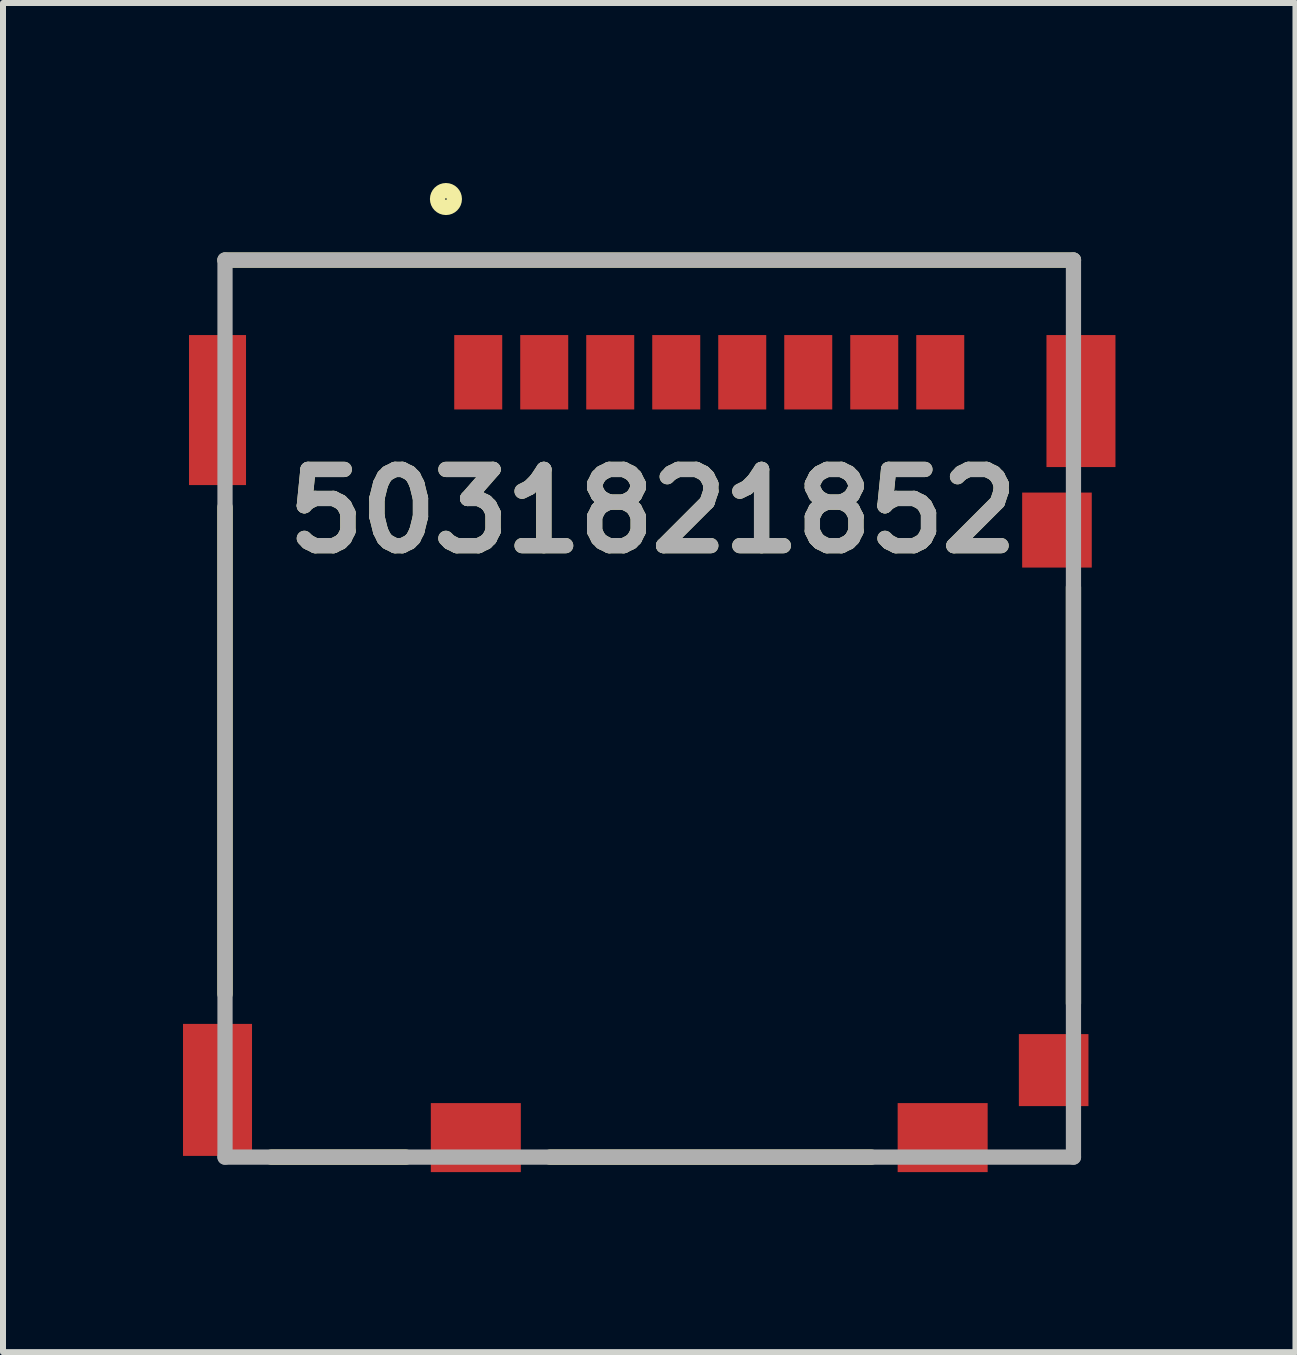
<source format=kicad_pcb>
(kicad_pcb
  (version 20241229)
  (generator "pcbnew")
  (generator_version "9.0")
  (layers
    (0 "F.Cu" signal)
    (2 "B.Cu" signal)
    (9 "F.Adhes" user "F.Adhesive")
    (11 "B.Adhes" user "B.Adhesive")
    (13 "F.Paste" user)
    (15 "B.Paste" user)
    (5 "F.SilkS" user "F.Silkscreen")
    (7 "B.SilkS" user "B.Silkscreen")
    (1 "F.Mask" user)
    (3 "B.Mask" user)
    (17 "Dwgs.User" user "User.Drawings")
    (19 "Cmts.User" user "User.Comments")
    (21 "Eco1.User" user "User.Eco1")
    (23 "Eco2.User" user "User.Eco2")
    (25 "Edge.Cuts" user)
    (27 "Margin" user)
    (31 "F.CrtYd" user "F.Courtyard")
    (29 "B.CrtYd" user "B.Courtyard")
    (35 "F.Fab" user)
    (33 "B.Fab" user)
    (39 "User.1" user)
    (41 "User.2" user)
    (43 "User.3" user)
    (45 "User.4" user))
  (footprint "5031821852"
    (layer "F.Cu")
    (at 7.77 3.784)
    (property "Reference" "5031821852" (at 0.058 1.685 0) (layer "F.SilkS") (effects (font (size 1.27 1.27) (thickness 0.254))))
    (attr smd)
    (fp_line (start -7.07 -2.5) (end 7.07 -2.5) (stroke (width 0.254) (type solid)) (layer "F.SilkS"))
    (fp_line (start -7.07 1.618) (end -7.07 9.733) (stroke (width 0.254) (type solid)) (layer "F.SilkS"))
    (fp_line (start -6.3 12.45) (end -4.055 12.45) (stroke (width 0.254) (type solid)) (layer "F.SilkS"))
    (fp_line (start -1.654 12.45) (end 3.704 12.45) (stroke (width 0.254) (type solid)) (layer "F.SilkS"))
    (fp_line (start 7.07 2.952) (end 7.07 9.889) (stroke (width 0.254) (type solid)) (layer "F.SilkS"))
    (fp_circle (center -3.388 -3.517) (end -3.388 -3.377) (stroke (width 0.254) (type solid)) (fill no) (layer "F.SilkS"))
    (fp_line (start -7.07 -2.5) (end 7.07 -2.5) (stroke (width 0.254) (type solid)) (layer "F.Fab"))
    (fp_line (start -7.07 12.45) (end -7.07 -2.5) (stroke (width 0.254) (type solid)) (layer "F.Fab"))
    (fp_line (start 7.07 -2.5) (end 7.07 12.45) (stroke (width 0.254) (type solid)) (layer "F.Fab"))
    (fp_line (start 7.07 12.45) (end -7.07 12.45) (stroke (width 0.254) (type solid)) (layer "F.Fab"))
    (fp_text user "${REFERENCE}" (at 0.058 1.685 0) (layer "F.Fab") (effects (font (size 1.27 1.27) (thickness 0.254))))
    (pad "1" smd rect (at -2.85 -0.63) (size 0.8 1.24) (layers "F.Cu" "F.Mask" "F.Paste"))
    (pad "2" smd rect (at -1.75 -0.63) (size 0.8 1.24) (layers "F.Cu" "F.Mask" "F.Paste"))
    (pad "3" smd rect (at -0.65 -0.63) (size 0.8 1.24) (layers "F.Cu" "F.Mask" "F.Paste"))
    (pad "4" smd rect (at 0.45 -0.63) (size 0.8 1.24) (layers "F.Cu" "F.Mask" "F.Paste"))
    (pad "5" smd rect (at 1.55 -0.63) (size 0.8 1.24) (layers "F.Cu" "F.Mask" "F.Paste"))
    (pad "6" smd rect (at 2.65 -0.63) (size 0.8 1.24) (layers "F.Cu" "F.Mask" "F.Paste"))
    (pad "7" smd rect (at 3.75 -0.63) (size 0.8 1.24) (layers "F.Cu" "F.Mask" "F.Paste"))
    (pad "8" smd rect (at 4.85 -0.63) (size 0.8 1.24) (layers "F.Cu" "F.Mask" "F.Paste"))
    (pad "9" smd rect (at -7.195 0) (size 0.95 2.5) (layers "F.Cu" "F.Mask" "F.Paste"))
    (pad "10" smd rect (at 7.195 -0.15) (size 1.15 2.2) (layers "F.Cu" "F.Mask" "F.Paste"))
    (pad "11" smd rect (at 6.795 2) (size 1.16 1.25) (layers "F.Cu" "F.Mask" "F.Paste"))
    (pad "12" smd rect (at 6.74 11) (size 1.16 1.2) (layers "F.Cu" "F.Mask" "F.Paste"))
    (pad "13" smd rect (at 4.89 12.125 90) (size 1.15 1.5) (layers "F.Cu" "F.Mask" "F.Paste"))
    (pad "14" smd rect (at -2.89 12.125 90) (size 1.15 1.5) (layers "F.Cu" "F.Mask" "F.Paste"))
    (pad "15" smd rect (at -7.195 11.33) (size 1.15 2.2) (layers "F.Cu" "F.Mask" "F.Paste")))
  (gr_rect
    (start -3 -3)
    (end 18.54 19.484)
    (stroke (width 0.1) (type default))
    (fill no)
    (layer "Edge.Cuts")))
</source>
